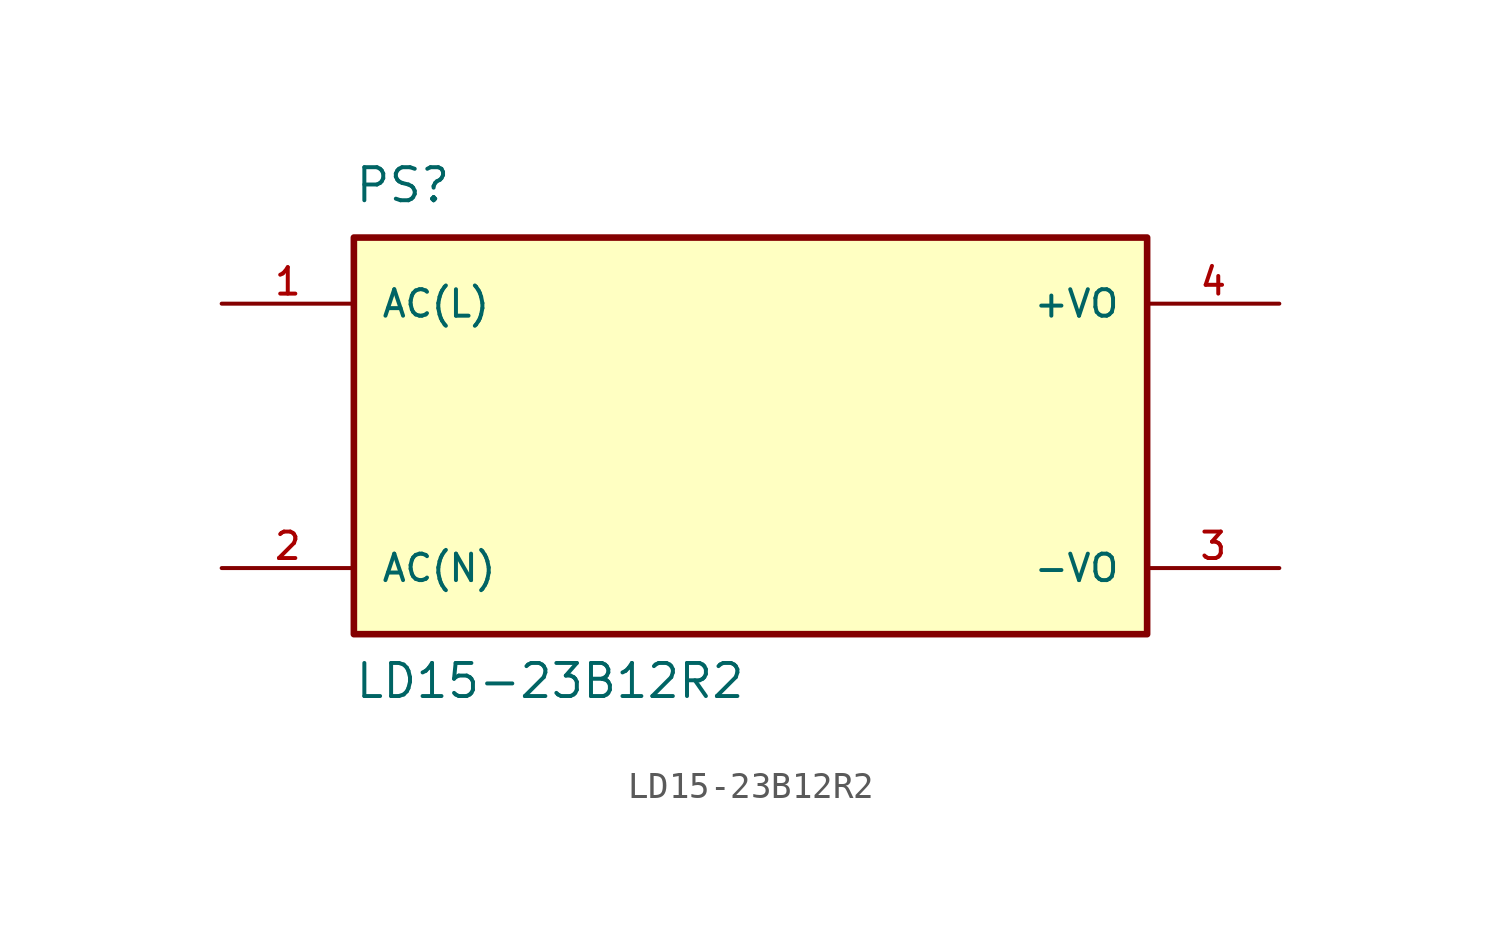
<source format=kicad_sym>
(kicad_symbol_lib
  (version 20211014)
  (generator kicad_symbol_editor)
  (symbol "LD15-23B12R2"
    (pin_names
      (offset 1.016))
    (property "Reference" "PS"
      (at -15.24 8.89 0)
      (effects (font (size 1.27 1.27)) (justify bottom left)))
    (property "Value" "LD15-23B12R2"
      (at -15.24 -10.16 0)
      (effects (font (size 1.27 1.27)) (justify bottom left)))
    (symbol "LD15-23B12R2_0_0"
      (rectangle (start -15.24 -7.62) (end 15.24 7.62) (stroke (width 0.254)) (fill (type background)))
      (pin input line (at -20.32 5.08 0) (length 5.08) (name "AC(L)" (effects (font (size 1.016 1.016)))) (number "1" (effects (font (size 1.016 1.016)))))
      (pin input line (at -20.32 -5.08 0) (length 5.08) (name "AC(N)" (effects (font (size 1.016 1.016)))) (number "2" (effects (font (size 1.016 1.016)))))
      (pin output line (at 20.32 5.08 180.0) (length 5.08) (name "+VO" (effects (font (size 1.016 1.016)))) (number "4" (effects (font (size 1.016 1.016)))))
      (pin output line (at 20.32 -5.08 180.0) (length 5.08) (name "-VO" (effects (font (size 1.016 1.016)))) (number "3" (effects (font (size 1.016 1.016))))))))
</source>
